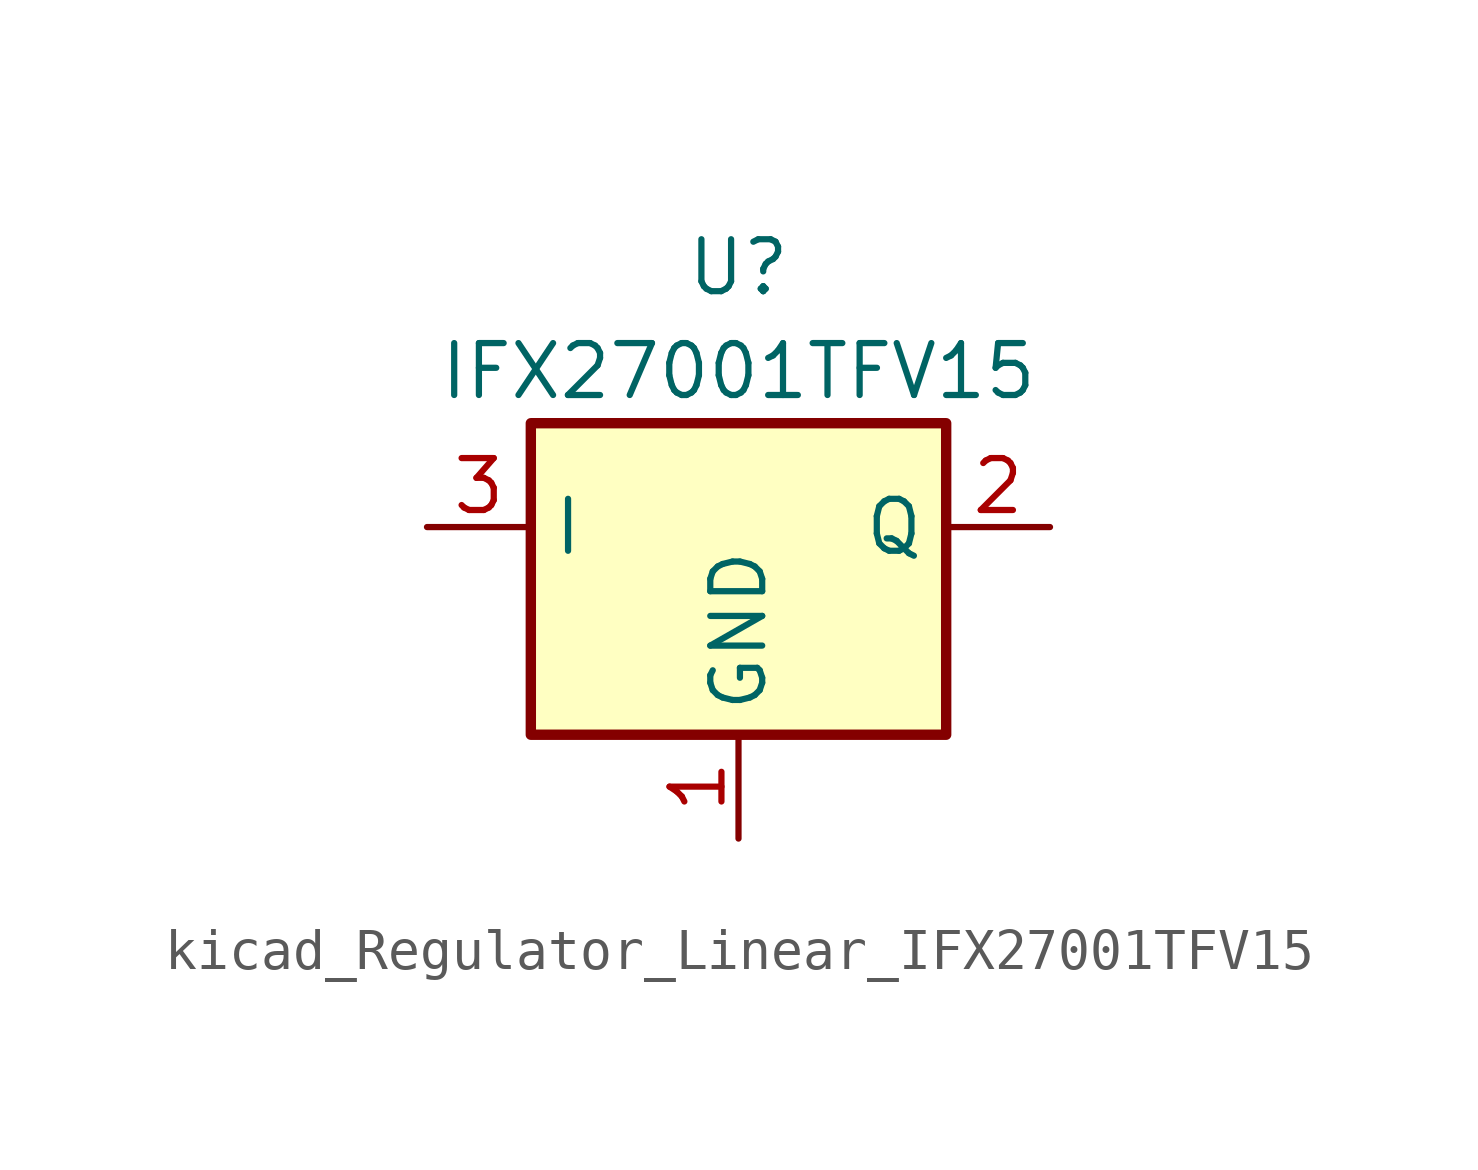
<source format=kicad_sym>
(kicad_symbol_lib
  (version 20220914)
  (generator kicad_symbol_editor)
  (symbol "kicad_Regulator_Linear_IFX27001TFV15"
    (property "Reference" "U"
      (at 0 6.35 0)
      (effects (font (size 1.27 1.27))))
    (property "Value" "IFX27001TFV15"
      (at 0 3.81 0)
      (effects (font (size 1.27 1.27))))
    (symbol "kicad_Regulator_Linear_IFX27001TFV15_1_1"
      (rectangle (start -5.08 2.54) (end 5.08 -5.08) (stroke (width 0.254) (type default)) (fill (type background)))
      (pin power_in line (at 0 -7.62 90) (length 2.54) (name "GND" (effects (font (size 1.27 1.27)))) (number "1" (effects (font (size 1.27 1.27)))))
      (pin power_out line (at 7.62 0 180) (length 2.54) (name "Q" (effects (font (size 1.27 1.27)))) (number "2" (effects (font (size 1.27 1.27)))))
      (pin power_in line (at -7.62 0 0) (length 2.54) (name "I" (effects (font (size 1.27 1.27)))) (number "3" (effects (font (size 1.27 1.27))))))))
</source>
